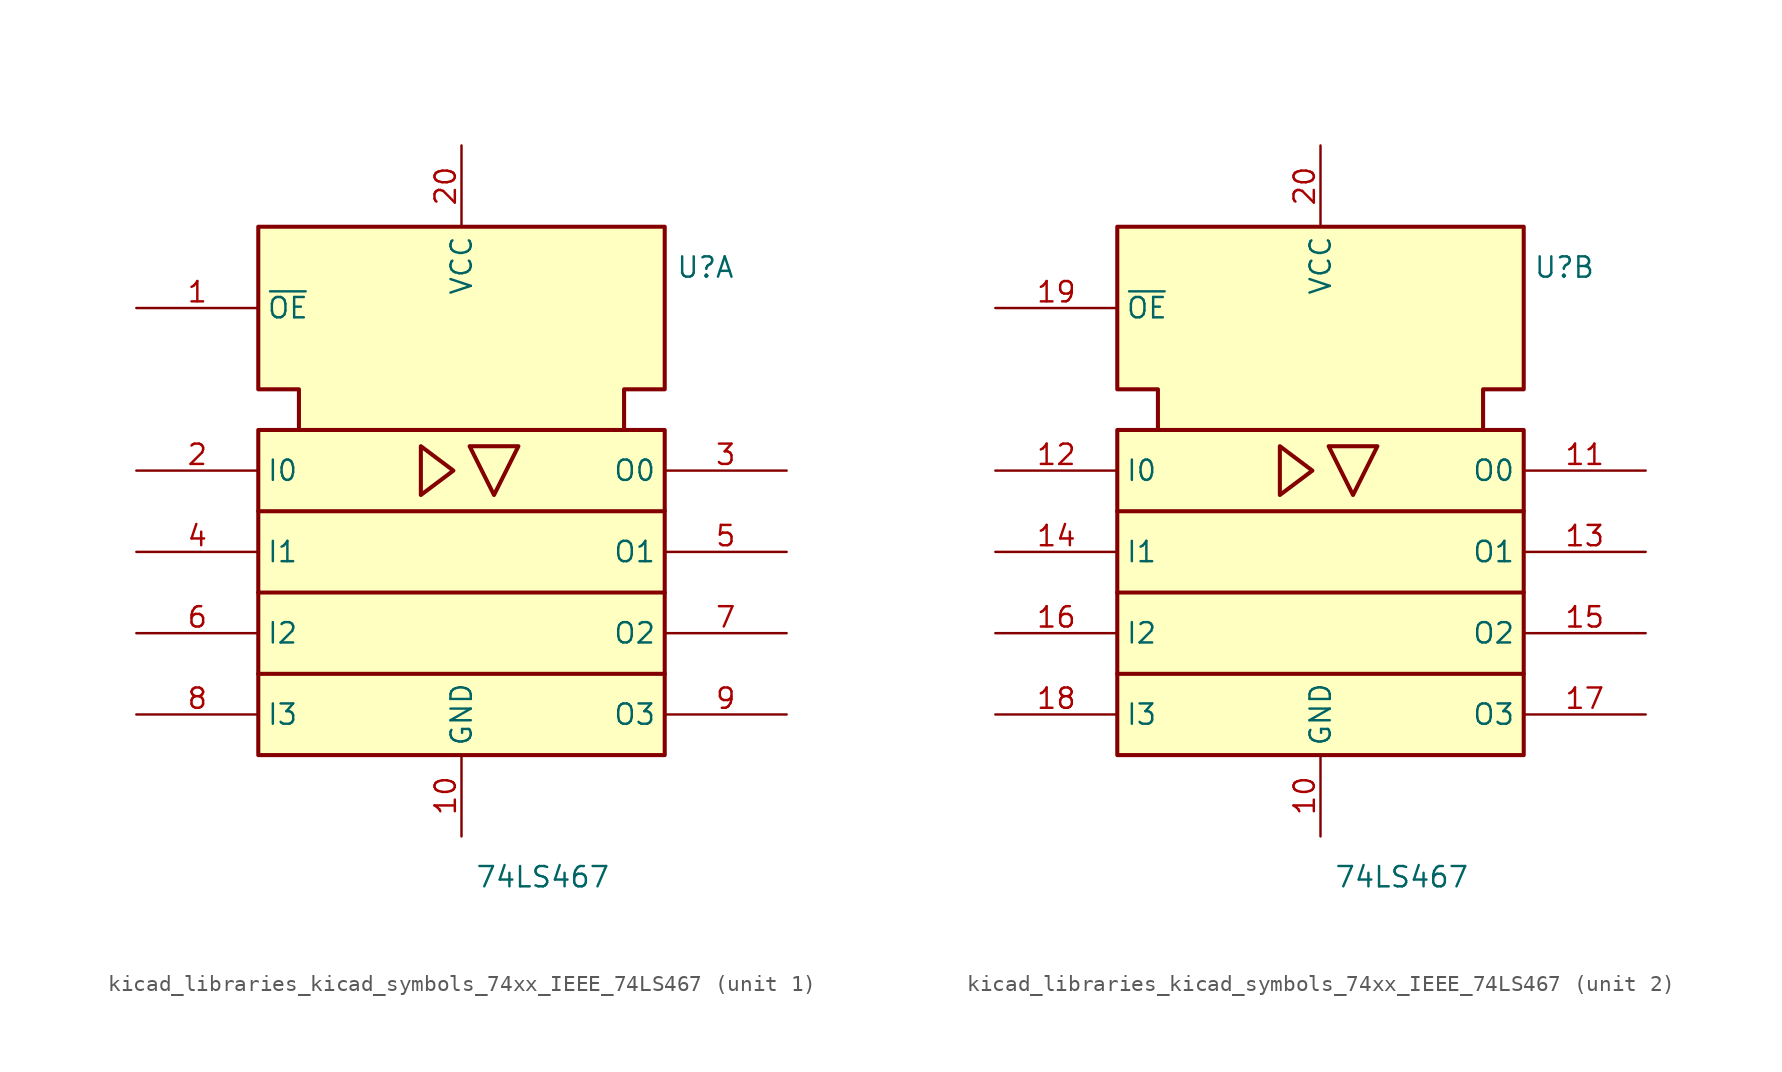
<source format=kicad_sym>
(kicad_symbol_lib
  (version 20220914)
  (generator kicad_symbol_editor)
  (symbol "kicad_libraries_kicad_symbols_74xx_IEEE_74LS467"
    (property "Reference" "U"
      (at 15.24 17.78 0)
      (effects (font (size 1.27 1.27))))
    (property "Value" "74LS467"
      (at 5.08 -20.32 0)
      (effects (font (size 1.27 1.27))))
    (symbol "kicad_libraries_kicad_symbols_74xx_IEEE_74LS467_0_0"
      (polyline (pts (xy 0.508 6.604) (xy 3.556 6.604) (xy 2.032 3.556) (xy 0.508 6.604) (xy 0.508 6.604)) (stroke (width 0.254) (type default)) (fill (type background)))
      (pin power_in line (at 0 -17.78 90) (length 5.08) (name "GND" (effects (font (size 1.27 1.27)))) (number "10" (effects (font (size 1.27 1.27)))))
      (pin power_in line (at 0 25.4 270) (length 5.08) (name "VCC" (effects (font (size 1.27 1.27)))) (number "20" (effects (font (size 1.27 1.27))))))
    (symbol "kicad_libraries_kicad_symbols_74xx_IEEE_74LS467_0_1"
      (rectangle (start -12.7 7.62) (end 12.7 -12.7) (stroke (width 0.254) (type default)) (fill (type background)))
      (polyline (pts (xy -12.7 -2.54) (xy 12.7 -2.54) (xy 12.7 -2.54)) (stroke (width 0.254) (type default)) (fill (type background)))
      (polyline (pts (xy 12.7 -7.62) (xy -12.7 -7.62) (xy -12.7 -7.62)) (stroke (width 0.254) (type default)) (fill (type background)))
      (polyline (pts (xy 12.7 2.54) (xy -12.7 2.54) (xy -12.7 2.54)) (stroke (width 0.254) (type default)) (fill (type background)))
      (polyline (pts (xy -2.54 6.604) (xy -2.54 3.556) (xy -0.508 5.08) (xy -2.54 6.604) (xy -2.54 6.604)) (stroke (width 0.254) (type default)) (fill (type background)))
      (polyline (pts (xy -10.16 7.62) (xy -10.16 10.16) (xy -12.7 10.16) (xy -12.7 20.32) (xy 12.7 20.32) (xy 12.7 10.16) (xy 10.16 10.16) (xy 10.16 7.62) (xy 10.16 7.62)) (stroke (width 0.254) (type default)) (fill (type background))))
    (symbol "kicad_libraries_kicad_symbols_74xx_IEEE_74LS467_1_1"
      (pin input line (at -20.32 15.24 0) (length 7.62) (name "~{OE}" (effects (font (size 1.27 1.27)))) (number "1" (effects (font (size 1.27 1.27)))))
      (pin input line (at -20.32 5.08 0) (length 7.62) (name "I0" (effects (font (size 1.27 1.27)))) (number "2" (effects (font (size 1.27 1.27)))))
      (pin tri_state line (at 20.32 5.08 180) (length 7.62) (name "O0" (effects (font (size 1.27 1.27)))) (number "3" (effects (font (size 1.27 1.27)))))
      (pin input line (at -20.32 0 0) (length 7.62) (name "I1" (effects (font (size 1.27 1.27)))) (number "4" (effects (font (size 1.27 1.27)))))
      (pin tri_state line (at 20.32 0 180) (length 7.62) (name "O1" (effects (font (size 1.27 1.27)))) (number "5" (effects (font (size 1.27 1.27)))))
      (pin input line (at -20.32 -5.08 0) (length 7.62) (name "I2" (effects (font (size 1.27 1.27)))) (number "6" (effects (font (size 1.27 1.27)))))
      (pin tri_state line (at 20.32 -5.08 180) (length 7.62) (name "O2" (effects (font (size 1.27 1.27)))) (number "7" (effects (font (size 1.27 1.27)))))
      (pin input line (at -20.32 -10.16 0) (length 7.62) (name "I3" (effects (font (size 1.27 1.27)))) (number "8" (effects (font (size 1.27 1.27)))))
      (pin tri_state line (at 20.32 -10.16 180) (length 7.62) (name "O3" (effects (font (size 1.27 1.27)))) (number "9" (effects (font (size 1.27 1.27))))))
    (symbol "kicad_libraries_kicad_symbols_74xx_IEEE_74LS467_2_1"
      (pin tri_state line (at 20.32 5.08 180) (length 7.62) (name "O0" (effects (font (size 1.27 1.27)))) (number "11" (effects (font (size 1.27 1.27)))))
      (pin input line (at -20.32 5.08 0) (length 7.62) (name "I0" (effects (font (size 1.27 1.27)))) (number "12" (effects (font (size 1.27 1.27)))))
      (pin tri_state line (at 20.32 0 180) (length 7.62) (name "O1" (effects (font (size 1.27 1.27)))) (number "13" (effects (font (size 1.27 1.27)))))
      (pin input line (at -20.32 0 0) (length 7.62) (name "I1" (effects (font (size 1.27 1.27)))) (number "14" (effects (font (size 1.27 1.27)))))
      (pin tri_state line (at 20.32 -5.08 180) (length 7.62) (name "O2" (effects (font (size 1.27 1.27)))) (number "15" (effects (font (size 1.27 1.27)))))
      (pin input line (at -20.32 -5.08 0) (length 7.62) (name "I2" (effects (font (size 1.27 1.27)))) (number "16" (effects (font (size 1.27 1.27)))))
      (pin tri_state line (at 20.32 -10.16 180) (length 7.62) (name "O3" (effects (font (size 1.27 1.27)))) (number "17" (effects (font (size 1.27 1.27)))))
      (pin input line (at -20.32 -10.16 0) (length 7.62) (name "I3" (effects (font (size 1.27 1.27)))) (number "18" (effects (font (size 1.27 1.27)))))
      (pin input line (at -20.32 15.24 0) (length 7.62) (name "~{OE}" (effects (font (size 1.27 1.27)))) (number "19" (effects (font (size 1.27 1.27))))))))
</source>
